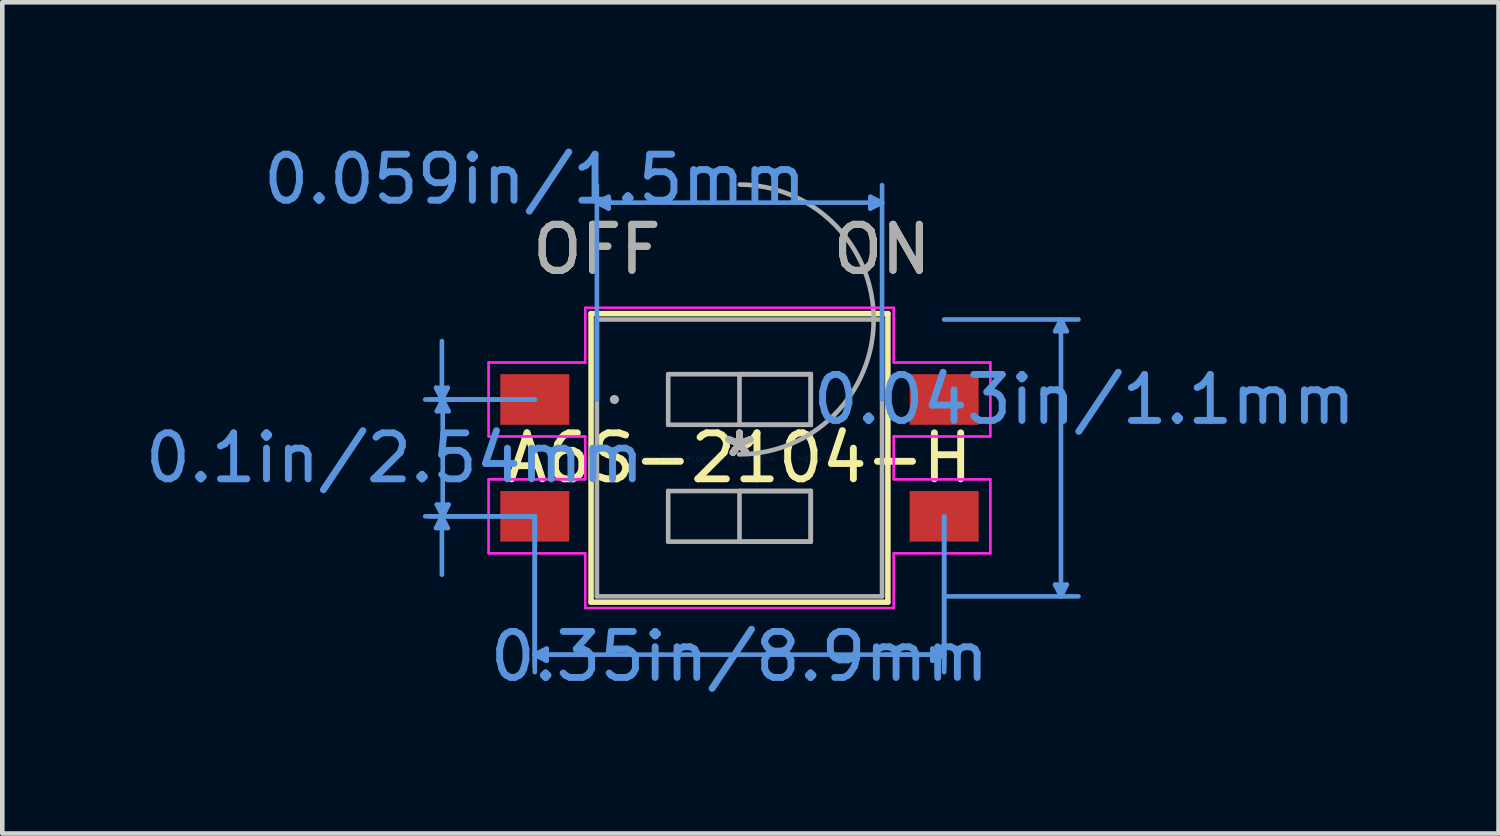
<source format=kicad_pcb>
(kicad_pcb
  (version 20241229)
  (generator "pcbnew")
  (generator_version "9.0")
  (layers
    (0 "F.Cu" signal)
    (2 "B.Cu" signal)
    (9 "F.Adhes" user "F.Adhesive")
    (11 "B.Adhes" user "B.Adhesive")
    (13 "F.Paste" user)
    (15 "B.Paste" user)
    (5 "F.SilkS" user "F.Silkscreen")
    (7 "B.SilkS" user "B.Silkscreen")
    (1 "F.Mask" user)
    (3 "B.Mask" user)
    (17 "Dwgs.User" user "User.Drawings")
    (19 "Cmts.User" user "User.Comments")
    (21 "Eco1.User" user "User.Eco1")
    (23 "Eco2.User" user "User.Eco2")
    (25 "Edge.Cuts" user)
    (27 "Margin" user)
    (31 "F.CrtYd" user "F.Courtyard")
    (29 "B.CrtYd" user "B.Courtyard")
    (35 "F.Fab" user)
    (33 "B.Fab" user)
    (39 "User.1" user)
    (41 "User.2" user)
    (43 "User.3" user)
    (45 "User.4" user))
  (footprint "A6S-2104-H"
    (layer "F.Cu")
    (at 13.028 6.906)
    (property "Reference" "A6S-2104-H" (at 0 0 0) (layer "F.SilkS") (effects (font (size 1 1) (thickness 0.15))))
    (attr through_hole)
    (fp_line (start -3.227 -3.137) (end -3.227 3.137) (stroke (width 0.12) (type solid)) (layer "F.SilkS"))
    (fp_line (start -3.227 3.137) (end 3.227 3.137) (stroke (width 0.12) (type solid)) (layer "F.SilkS"))
    (fp_line (start 3.227 -3.137) (end -3.227 -3.137) (stroke (width 0.12) (type solid)) (layer "F.SilkS"))
    (fp_line (start 3.227 3.137) (end 3.227 -3.137) (stroke (width 0.12) (type solid)) (layer "F.SilkS"))
    (fp_line (start -6.597 -1.524) (end -6.47 -1.27) (stroke (width 0.1) (type solid)) (layer "Cmts.User"))
    (fp_line (start -6.597 1.524) (end -6.47 1.27) (stroke (width 0.1) (type solid)) (layer "Cmts.User"))
    (fp_line (start -6.579 1.016) (end -6.452 1.27) (stroke (width 0.1) (type solid)) (layer "Cmts.User"))
    (fp_line (start -6.579 -1.016) (end -6.452 -1.27) (stroke (width 0.1) (type solid)) (layer "Cmts.User"))
    (fp_line (start -6.579 -1.016) (end -6.325 -1.016) (stroke (width 0.1) (type solid)) (layer "Cmts.User"))
    (fp_line (start -6.47 -1.27) (end -6.47 -2.54) (stroke (width 0.1) (type solid)) (layer "Cmts.User"))
    (fp_line (start -6.47 -1.27) (end -6.343 -1.524) (stroke (width 0.1) (type solid)) (layer "Cmts.User"))
    (fp_line (start -6.47 1.27) (end -6.47 2.54) (stroke (width 0.1) (type solid)) (layer "Cmts.User"))
    (fp_line (start -6.47 1.27) (end -6.343 1.524) (stroke (width 0.1) (type solid)) (layer "Cmts.User"))
    (fp_line (start -6.452 -1.27) (end -6.452 1.27) (stroke (width 0.1) (type solid)) (layer "Cmts.User"))
    (fp_line (start -6.343 -1.524) (end -6.597 -1.524) (stroke (width 0.1) (type solid)) (layer "Cmts.User"))
    (fp_line (start -6.343 1.524) (end -6.597 1.524) (stroke (width 0.1) (type solid)) (layer "Cmts.User"))
    (fp_line (start -6.325 1.016) (end -6.579 1.016) (stroke (width 0.1) (type solid)) (layer "Cmts.User"))
    (fp_line (start -6.325 1.016) (end -6.452 1.27) (stroke (width 0.1) (type solid)) (layer "Cmts.User"))
    (fp_line (start -6.325 -1.016) (end -6.452 -1.27) (stroke (width 0.1) (type solid)) (layer "Cmts.User"))
    (fp_line (start -4.45 4.277) (end 4.45 4.277) (stroke (width 0.1) (type solid)) (layer "Cmts.User"))
    (fp_line (start -4.45 -1.27) (end -6.833 -1.27) (stroke (width 0.1) (type solid)) (layer "Cmts.User"))
    (fp_line (start -4.45 -1.27) (end -6.724 -1.27) (stroke (width 0.1) (type solid)) (layer "Cmts.User"))
    (fp_line (start -4.45 1.27) (end -6.833 1.27) (stroke (width 0.1) (type solid)) (layer "Cmts.User"))
    (fp_line (start -4.45 1.27) (end -6.724 1.27) (stroke (width 0.1) (type solid)) (layer "Cmts.User"))
    (fp_line (start -4.45 1.27) (end -4.45 4.658) (stroke (width 0.1) (type solid)) (layer "Cmts.User"))
    (fp_line (start -4.45 1.27) (end -4.45 4.534) (stroke (width 0.1) (type solid)) (layer "Cmts.User"))
    (fp_line (start -4.45 4.28) (end -4.196 4.407) (stroke (width 0.1) (type solid)) (layer "Cmts.User"))
    (fp_line (start -4.45 4.28) (end -3.18 4.28) (stroke (width 0.1) (type solid)) (layer "Cmts.User"))
    (fp_line (start -4.196 4.404) (end -4.45 4.277) (stroke (width 0.1) (type solid)) (layer "Cmts.User"))
    (fp_line (start -4.196 4.404) (end -4.196 4.15) (stroke (width 0.1) (type solid)) (layer "Cmts.User"))
    (fp_line (start -4.196 4.15) (end -4.45 4.277) (stroke (width 0.1) (type solid)) (layer "Cmts.User"))
    (fp_line (start -4.196 4.153) (end -4.45 4.28) (stroke (width 0.1) (type solid)) (layer "Cmts.User"))
    (fp_line (start -4.196 4.407) (end -4.196 4.153) (stroke (width 0.1) (type solid)) (layer "Cmts.User"))
    (fp_line (start -3.1 -5.55) (end -2.846 -5.677) (stroke (width 0.1) (type solid)) (layer "Cmts.User"))
    (fp_line (start -3.1 -5.55) (end -2.846 -5.423) (stroke (width 0.1) (type solid)) (layer "Cmts.User"))
    (fp_line (start -3.1 -5.55) (end 3.1 -5.55) (stroke (width 0.1) (type solid)) (layer "Cmts.User"))
    (fp_line (start -3.1 -1.27) (end -3.1 -5.931) (stroke (width 0.1) (type solid)) (layer "Cmts.User"))
    (fp_line (start -2.846 -5.677) (end -2.846 -5.423) (stroke (width 0.1) (type solid)) (layer "Cmts.User"))
    (fp_line (start 2.846 -5.677) (end 2.846 -5.423) (stroke (width 0.1) (type solid)) (layer "Cmts.User"))
    (fp_line (start 3.1 -5.55) (end 2.846 -5.677) (stroke (width 0.1) (type solid)) (layer "Cmts.User"))
    (fp_line (start 3.1 -5.55) (end 2.846 -5.423) (stroke (width 0.1) (type solid)) (layer "Cmts.User"))
    (fp_line (start 3.1 -1.27) (end 3.1 -5.931) (stroke (width 0.1) (type solid)) (layer "Cmts.User"))
    (fp_line (start 4.196 4.404) (end 4.45 4.277) (stroke (width 0.1) (type solid)) (layer "Cmts.User"))
    (fp_line (start 4.196 4.15) (end 4.196 4.404) (stroke (width 0.1) (type solid)) (layer "Cmts.User"))
    (fp_line (start 4.196 4.15) (end 4.45 4.277) (stroke (width 0.1) (type solid)) (layer "Cmts.User"))
    (fp_line (start 4.196 4.153) (end 4.45 4.28) (stroke (width 0.1) (type solid)) (layer "Cmts.User"))
    (fp_line (start 4.196 4.407) (end 4.196 4.153) (stroke (width 0.1) (type solid)) (layer "Cmts.User"))
    (fp_line (start 4.45 -3.01) (end 7.371 -3.01) (stroke (width 0.1) (type solid)) (layer "Cmts.User"))
    (fp_line (start 4.45 1.27) (end 4.45 4.658) (stroke (width 0.1) (type solid)) (layer "Cmts.User"))
    (fp_line (start 4.45 1.27) (end 4.45 4.534) (stroke (width 0.1) (type solid)) (layer "Cmts.User"))
    (fp_line (start 4.45 3.01) (end 7.371 3.01) (stroke (width 0.1) (type solid)) (layer "Cmts.User"))
    (fp_line (start 4.45 4.28) (end 3.18 4.28) (stroke (width 0.1) (type solid)) (layer "Cmts.User"))
    (fp_line (start 4.45 4.28) (end 4.196 4.407) (stroke (width 0.1) (type solid)) (layer "Cmts.User"))
    (fp_line (start 6.863 -2.756) (end 7.117 -2.756) (stroke (width 0.1) (type solid)) (layer "Cmts.User"))
    (fp_line (start 6.863 2.756) (end 7.117 2.756) (stroke (width 0.1) (type solid)) (layer "Cmts.User"))
    (fp_line (start 6.99 -3.01) (end 6.863 -2.756) (stroke (width 0.1) (type solid)) (layer "Cmts.User"))
    (fp_line (start 6.99 -3.01) (end 6.99 3.01) (stroke (width 0.1) (type solid)) (layer "Cmts.User"))
    (fp_line (start 6.99 -3.01) (end 7.117 -2.756) (stroke (width 0.1) (type solid)) (layer "Cmts.User"))
    (fp_line (start 6.99 3.01) (end 6.863 2.756) (stroke (width 0.1) (type solid)) (layer "Cmts.User"))
    (fp_line (start 6.99 3.01) (end 7.117 2.756) (stroke (width 0.1) (type solid)) (layer "Cmts.User"))
    (fp_line (start -5.454 -2.074) (end -5.454 -0.466) (stroke (width 0.05) (type solid)) (layer "F.CrtYd"))
    (fp_line (start -5.454 -2.074) (end -5.454 -0.466) (stroke (width 0.05) (type solid)) (layer "F.CrtYd"))
    (fp_line (start -5.454 -0.466) (end -3.354 -0.466) (stroke (width 0.05) (type solid)) (layer "F.CrtYd"))
    (fp_line (start -5.454 -0.466) (end -3.354 -0.466) (stroke (width 0.05) (type solid)) (layer "F.CrtYd"))
    (fp_line (start -5.454 0.466) (end -5.454 2.074) (stroke (width 0.05) (type solid)) (layer "F.CrtYd"))
    (fp_line (start -5.454 0.466) (end -5.454 2.074) (stroke (width 0.05) (type solid)) (layer "F.CrtYd"))
    (fp_line (start -5.454 2.074) (end -3.354 2.074) (stroke (width 0.05) (type solid)) (layer "F.CrtYd"))
    (fp_line (start -5.454 2.074) (end -3.354 2.074) (stroke (width 0.05) (type solid)) (layer "F.CrtYd"))
    (fp_line (start -3.354 -3.264) (end -3.354 -2.074) (stroke (width 0.05) (type solid)) (layer "F.CrtYd"))
    (fp_line (start -3.354 -3.264) (end -3.354 -2.074) (stroke (width 0.05) (type solid)) (layer "F.CrtYd"))
    (fp_line (start -3.354 -2.074) (end -5.454 -2.074) (stroke (width 0.05) (type solid)) (layer "F.CrtYd"))
    (fp_line (start -3.354 -2.074) (end -5.454 -2.074) (stroke (width 0.05) (type solid)) (layer "F.CrtYd"))
    (fp_line (start -3.354 -0.466) (end -3.354 0.466) (stroke (width 0.05) (type solid)) (layer "F.CrtYd"))
    (fp_line (start -3.354 -0.466) (end -3.354 0.466) (stroke (width 0.05) (type solid)) (layer "F.CrtYd"))
    (fp_line (start -3.354 0.466) (end -5.454 0.466) (stroke (width 0.05) (type solid)) (layer "F.CrtYd"))
    (fp_line (start -3.354 0.466) (end -5.454 0.466) (stroke (width 0.05) (type solid)) (layer "F.CrtYd"))
    (fp_line (start -3.354 2.074) (end -3.354 3.264) (stroke (width 0.05) (type solid)) (layer "F.CrtYd"))
    (fp_line (start -3.354 2.074) (end -3.354 3.264) (stroke (width 0.05) (type solid)) (layer "F.CrtYd"))
    (fp_line (start -3.354 3.264) (end 3.354 3.264) (stroke (width 0.05) (type solid)) (layer "F.CrtYd"))
    (fp_line (start -3.354 3.264) (end 3.354 3.264) (stroke (width 0.05) (type solid)) (layer "F.CrtYd"))
    (fp_line (start 3.354 -3.264) (end -3.354 -3.264) (stroke (width 0.05) (type solid)) (layer "F.CrtYd"))
    (fp_line (start 3.354 -3.264) (end -3.354 -3.264) (stroke (width 0.05) (type solid)) (layer "F.CrtYd"))
    (fp_line (start 3.354 -2.074) (end 3.354 -3.264) (stroke (width 0.05) (type solid)) (layer "F.CrtYd"))
    (fp_line (start 3.354 -2.074) (end 3.354 -3.264) (stroke (width 0.05) (type solid)) (layer "F.CrtYd"))
    (fp_line (start 3.354 -0.466) (end 5.454 -0.466) (stroke (width 0.05) (type solid)) (layer "F.CrtYd"))
    (fp_line (start 3.354 -0.466) (end 5.454 -0.466) (stroke (width 0.05) (type solid)) (layer "F.CrtYd"))
    (fp_line (start 3.354 0.466) (end 3.354 -0.466) (stroke (width 0.05) (type solid)) (layer "F.CrtYd"))
    (fp_line (start 3.354 0.466) (end 3.354 -0.466) (stroke (width 0.05) (type solid)) (layer "F.CrtYd"))
    (fp_line (start 3.354 2.074) (end 5.454 2.074) (stroke (width 0.05) (type solid)) (layer "F.CrtYd"))
    (fp_line (start 3.354 2.074) (end 5.454 2.074) (stroke (width 0.05) (type solid)) (layer "F.CrtYd"))
    (fp_line (start 3.354 3.264) (end 3.354 2.074) (stroke (width 0.05) (type solid)) (layer "F.CrtYd"))
    (fp_line (start 3.354 3.264) (end 3.354 2.074) (stroke (width 0.05) (type solid)) (layer "F.CrtYd"))
    (fp_line (start 5.454 -2.074) (end 3.354 -2.074) (stroke (width 0.05) (type solid)) (layer "F.CrtYd"))
    (fp_line (start 5.454 -2.074) (end 3.354 -2.074) (stroke (width 0.05) (type solid)) (layer "F.CrtYd"))
    (fp_line (start 5.454 -0.466) (end 5.454 -2.074) (stroke (width 0.05) (type solid)) (layer "F.CrtYd"))
    (fp_line (start 5.454 -0.466) (end 5.454 -2.074) (stroke (width 0.05) (type solid)) (layer "F.CrtYd"))
    (fp_line (start 5.454 0.466) (end 3.354 0.466) (stroke (width 0.05) (type solid)) (layer "F.CrtYd"))
    (fp_line (start 5.454 0.466) (end 3.354 0.466) (stroke (width 0.05) (type solid)) (layer "F.CrtYd"))
    (fp_line (start 5.454 2.074) (end 5.454 0.466) (stroke (width 0.05) (type solid)) (layer "F.CrtYd"))
    (fp_line (start 5.454 2.074) (end 5.454 0.466) (stroke (width 0.05) (type solid)) (layer "F.CrtYd"))
    (fp_line (start -3.1 -3.01) (end -3.1 3.01) (stroke (width 0.1) (type solid)) (layer "F.Fab"))
    (fp_line (start -3.1 3.01) (end 3.1 3.01) (stroke (width 0.1) (type solid)) (layer "F.Fab"))
    (fp_line (start -1.55 -1.82) (end 1.55 -1.82) (stroke (width 0.1) (type solid)) (layer "F.Fab"))
    (fp_line (start -1.55 -0.72) (end -1.55 -1.82) (stroke (width 0.1) (type solid)) (layer "F.Fab"))
    (fp_line (start -1.55 0.72) (end 1.55 0.72) (stroke (width 0.1) (type solid)) (layer "F.Fab"))
    (fp_line (start -1.55 1.82) (end -1.55 0.72) (stroke (width 0.1) (type solid)) (layer "F.Fab"))
    (fp_line (start 0 -1.82) (end 1.55 -1.82) (stroke (width 0.1) (type solid)) (layer "F.Fab"))
    (fp_line (start 0 -0.72) (end 0 -1.82) (stroke (width 0.1) (type solid)) (layer "F.Fab"))
    (fp_line (start 0 0.72) (end 1.55 0.72) (stroke (width 0.1) (type solid)) (layer "F.Fab"))
    (fp_line (start 0 1.82) (end 0 0.72) (stroke (width 0.1) (type solid)) (layer "F.Fab"))
    (fp_line (start 1.55 -1.82) (end 1.55 -0.72) (stroke (width 0.1) (type solid)) (layer "F.Fab"))
    (fp_line (start 1.55 -1.82) (end 1.55 -0.72) (stroke (width 0.1) (type solid)) (layer "F.Fab"))
    (fp_line (start 1.55 -0.72) (end -1.55 -0.72) (stroke (width 0.1) (type solid)) (layer "F.Fab"))
    (fp_line (start 1.55 -0.72) (end 0 -0.72) (stroke (width 0.1) (type solid)) (layer "F.Fab"))
    (fp_line (start 1.55 0.72) (end 1.55 1.82) (stroke (width 0.1) (type solid)) (layer "F.Fab"))
    (fp_line (start 1.55 0.72) (end 1.55 1.82) (stroke (width 0.1) (type solid)) (layer "F.Fab"))
    (fp_line (start 1.55 1.82) (end -1.55 1.82) (stroke (width 0.1) (type solid)) (layer "F.Fab"))
    (fp_line (start 1.55 1.82) (end 0 1.82) (stroke (width 0.1) (type solid)) (layer "F.Fab"))
    (fp_line (start 3.1 -3.01) (end -3.1 -3.01) (stroke (width 0.1) (type solid)) (layer "F.Fab"))
    (fp_line (start 3.1 3.01) (end 3.1 -3.01) (stroke (width 0.1) (type solid)) (layer "F.Fab"))
    (fp_arc (start 0.007742 -5.94355) (mid 2.933548 -3.00226) (end -0.007742 -0.076454) (stroke (width 0.1) (type solid)) (layer "F.Fab"))
    (fp_circle (center -2.719 -1.27) (end -2.719 -1.27) (stroke (width 0.1) (type solid)) (fill no) (layer "F.Fab"))
    (fp_text user "*" (at 0 0 0) (layer "F.SilkS") (effects (font (size 1 1) (thickness 0.15))))
    (fp_text user "OFF" (at -3.1 -4.534 0) (layer "F.SilkS") (effects (font (size 1 1) (thickness 0.15))))
    (fp_text user "ON" (at 3.1 -4.534 0) (layer "F.SilkS") (effects (font (size 1 1) (thickness 0.15))))
    (fp_text user "0.1in/2.54mm" (at -7.498 0 0) (layer "Cmts.User") (effects (font (size 1 1) (thickness 0.15))))
    (fp_text user "0.059in/1.5mm" (at -4.45 -6.058 0) (layer "Cmts.User") (effects (font (size 1 1) (thickness 0.15))))
    (fp_text user "Copyright 2021 Accelerated Designs. All rights reserved." (at 0 0 0) (layer "Cmts.User") (effects (font (size 0.127 0.127) (thickness 0.002))))
    (fp_text user "0.35in/8.9mm" (at 0 4.318 0) (layer "Cmts.User") (effects (font (size 1 1) (thickness 0.15))))
    (fp_text user "0.043in/1.1mm" (at 7.498 -1.27 0) (layer "Cmts.User") (effects (font (size 1 1) (thickness 0.15))))
    (fp_text user "ON" (at 3.1 -4.534 0) (layer "F.Fab") (effects (font (size 1 1) (thickness 0.15))))
    (fp_text user "*" (at 0 0 0) (layer "F.Fab") (effects (font (size 1 1) (thickness 0.15))))
    (fp_text user "OFF" (at -3.1 -4.534 0) (layer "F.Fab") (effects (font (size 1 1) (thickness 0.15))))
    (pad "1" smd rect (at -4.45 -1.27) (size 1.5 1.1) (layers "F.Cu" "F.Mask" "F.Paste"))
    (pad "2" smd rect (at -4.45 1.27) (size 1.5 1.1) (layers "F.Cu" "F.Mask" "F.Paste"))
    (pad "3" smd rect (at 4.45 1.27) (size 1.5 1.1) (layers "F.Cu" "F.Mask" "F.Paste"))
    (pad "4" smd rect (at 4.45 -1.27) (size 1.5 1.1) (layers "F.Cu" "F.Mask" "F.Paste")))
  (gr_rect
    (start -3 -3)
    (end 29.532 15.073)
    (stroke (width 0.1) (type default))
    (fill no)
    (layer "Edge.Cuts")))
</source>
